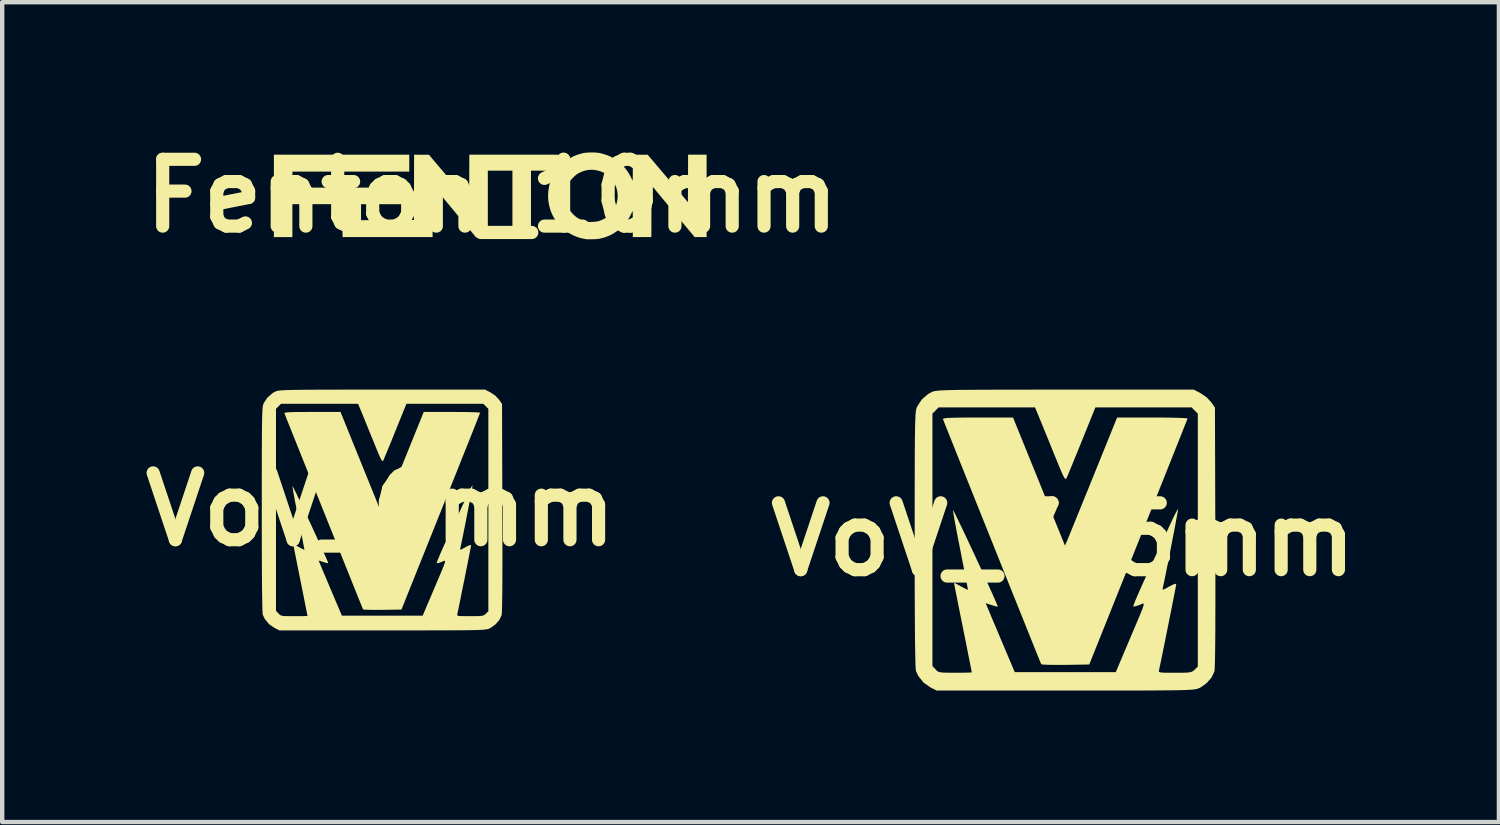
<source format=kicad_pcb>
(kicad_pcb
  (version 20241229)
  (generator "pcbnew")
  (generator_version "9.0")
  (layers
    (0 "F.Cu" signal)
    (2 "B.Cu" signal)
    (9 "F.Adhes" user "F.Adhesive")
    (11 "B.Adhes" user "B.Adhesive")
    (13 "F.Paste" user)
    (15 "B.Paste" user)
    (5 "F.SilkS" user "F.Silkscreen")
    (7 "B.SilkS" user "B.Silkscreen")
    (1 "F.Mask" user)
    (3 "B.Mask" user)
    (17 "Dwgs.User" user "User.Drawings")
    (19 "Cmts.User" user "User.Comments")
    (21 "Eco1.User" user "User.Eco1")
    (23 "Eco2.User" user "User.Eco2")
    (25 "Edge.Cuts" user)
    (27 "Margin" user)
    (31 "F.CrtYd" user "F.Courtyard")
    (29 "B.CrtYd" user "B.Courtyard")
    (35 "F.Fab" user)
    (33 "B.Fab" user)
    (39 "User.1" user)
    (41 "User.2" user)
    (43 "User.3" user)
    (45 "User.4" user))
  (footprint "VoV_7_5mm"
    (layer "F.Cu")
    (at 21.201 9.254)
    (property "Reference" "VoV_7_5mm" (at 0 0 0) (layer "F.SilkS") (effects (font (size 1.524 1.524) (thickness 0.3))))
    (attr board_only exclude_from_pos_files exclude_from_bom)
    (fp_poly (pts (xy 2.243 -2.78) (xy 2.431 -2.778) (xy 2.592 -2.774) (xy 2.718 -2.77) (xy 2.801 -2.765) (xy 2.835 -2.759) (xy 2.836 -2.759) (xy 2.825 -2.729) (xy 2.794 -2.65) (xy 2.744 -2.524) (xy 2.677 -2.354) (xy 2.594 -2.146) (xy 2.496 -1.901) (xy 2.386 -1.624) (xy 2.264 -1.318) (xy 2.132 -0.987) (xy 1.991 -0.635) (xy 1.842 -0.264) (xy 1.713 0.058) (xy 0.594 2.853) (xy 0.053 2.861) (xy -0.118 2.862) (xy -0.268 2.861) (xy -0.389 2.858) (xy -0.47 2.853) (xy -0.502 2.846) (xy -0.502 2.846) (xy -0.514 2.818) (xy -0.545 2.74) (xy -0.595 2.618) (xy -0.661 2.454) (xy -0.741 2.254) (xy -0.835 2.021) (xy -0.939 1.761) (xy -1.053 1.477) (xy -1.175 1.174) (xy -1.303 0.855) (xy -1.435 0.526) (xy -1.569 0.191) (xy -1.704 -0.147) (xy -1.839 -0.482) (xy -1.971 -0.811) (xy -2.098 -1.129) (xy -2.219 -1.432) (xy -2.333 -1.716) (xy -2.437 -1.976) (xy -2.529 -2.207) (xy -2.609 -2.407) (xy -2.674 -2.57) (xy -2.722 -2.692) (xy -2.743 -2.744) (xy -2.736 -2.755) (xy -2.701 -2.764) (xy -2.633 -2.771) (xy -2.527 -2.775) (xy -2.379 -2.778) (xy -2.182 -2.78) (xy -1.951 -2.78) (xy -1.144 -2.78) (xy 0.04 0.141) (xy 0.087 0.034) (xy 0.106 -0.013) (xy 0.146 -0.109) (xy 0.202 -0.247) (xy 0.273 -0.422) (xy 0.357 -0.628) (xy 0.451 -0.86) (xy 0.554 -1.112) (xy 0.661 -1.378) (xy 0.681 -1.426) (xy 1.229 -2.78) (xy 2.034 -2.78)) (stroke (width 0) (type solid)) (fill yes) (layer "F.SilkS"))
    (fp_poly (pts (xy 3.131 -3.337) (xy 3.272 -3.241) (xy 3.374 -3.131) (xy 3.461 -3.007) (xy 3.47 -0.048) (xy 3.471 0.506) (xy 3.471 1.006) (xy 3.471 1.452) (xy 3.47 1.843) (xy 3.469 2.178) (xy 3.466 2.458) (xy 3.463 2.682) (xy 3.459 2.848) (xy 3.454 2.958) (xy 3.449 3.011) (xy 3.449 3.012) (xy 3.383 3.149) (xy 3.275 3.274) (xy 3.142 3.371) (xy 3.115 3.385) (xy 3.093 3.395) (xy 3.07 3.404) (xy 3.043 3.412) (xy 3.008 3.418) (xy 2.961 3.424) (xy 2.9 3.429) (xy 2.82 3.433) (xy 2.719 3.437) (xy 2.592 3.44) (xy 2.437 3.442) (xy 2.249 3.443) (xy 2.026 3.445) (xy 1.764 3.446) (xy 1.459 3.446) (xy 1.108 3.446) (xy 0.707 3.446) (xy 0.253 3.447) (xy 0.049 3.447) (xy -2.885 3.447) (xy -3.032 3.373) (xy -3.185 3.266) (xy -3.304 3.116) (xy -3.358 3.003) (xy -3.364 2.961) (xy -3.368 2.888) (xy -2.983 2.888) (xy -2.912 2.964) (xy -2.881 2.996) (xy -2.849 3.017) (xy -2.805 3.03) (xy -2.737 3.037) (xy -2.635 3.04) (xy -2.488 3.041) (xy -2.463 3.041) (xy -2.323 3.04) (xy -2.206 3.039) (xy -2.124 3.036) (xy -2.086 3.033) (xy -2.085 3.033) (xy -2.091 3.003) (xy -2.106 2.924) (xy -2.131 2.8) (xy -2.163 2.639) (xy -2.201 2.447) (xy -2.244 2.23) (xy -2.288 2.013) (xy -2.335 1.779) (xy -2.378 1.564) (xy -2.416 1.373) (xy -2.447 1.215) (xy -2.471 1.093) (xy -2.486 1.017) (xy -2.491 0.991) (xy -2.468 0.999) (xy -2.409 1.029) (xy -2.331 1.072) (xy -2.25 1.116) (xy -2.192 1.143) (xy -2.172 1.146) (xy -2.178 1.115) (xy -2.193 1.034) (xy -2.217 0.909) (xy -2.248 0.749) (xy -2.285 0.561) (xy -2.326 0.35) (xy -2.347 0.243) (xy -2.39 0.024) (xy -2.429 -0.177) (xy -2.462 -0.353) (xy -2.488 -0.496) (xy -2.506 -0.6) (xy -2.514 -0.658) (xy -2.514 -0.667) (xy -2.5 -0.647) (xy -2.465 -0.58) (xy -2.411 -0.47) (xy -2.34 -0.324) (xy -2.255 -0.146) (xy -2.159 0.058) (xy -2.054 0.283) (xy -1.993 0.414) (xy -1.884 0.65) (xy -1.784 0.869) (xy -1.695 1.066) (xy -1.618 1.235) (xy -1.558 1.371) (xy -1.516 1.469) (xy -1.494 1.522) (xy -1.492 1.531) (xy -1.523 1.529) (xy -1.59 1.511) (xy -1.635 1.497) (xy -1.711 1.472) (xy -1.759 1.458) (xy -1.767 1.457) (xy -1.756 1.484) (xy -1.725 1.558) (xy -1.677 1.671) (xy -1.616 1.819) (xy -1.542 1.992) (xy -1.46 2.186) (xy -1.436 2.245) (xy -1.105 3.027) (xy 1.199 3.027) (xy 1.512 2.288) (xy 1.612 2.051) (xy 1.692 1.863) (xy 1.753 1.718) (xy 1.796 1.611) (xy 1.823 1.537) (xy 1.836 1.491) (xy 1.835 1.467) (xy 1.822 1.462) (xy 1.799 1.468) (xy 1.768 1.482) (xy 1.741 1.494) (xy 1.664 1.52) (xy 1.609 1.532) (xy 1.599 1.531) (xy 1.604 1.503) (xy 1.631 1.429) (xy 1.678 1.316) (xy 1.741 1.171) (xy 1.818 0.999) (xy 1.905 0.807) (xy 1.938 0.737) (xy 2.039 0.519) (xy 2.141 0.301) (xy 2.238 0.092) (xy 2.326 -0.097) (xy 2.399 -0.255) (xy 2.453 -0.371) (xy 2.455 -0.375) (xy 2.513 -0.499) (xy 2.563 -0.599) (xy 2.6 -0.667) (xy 2.618 -0.693) (xy 2.619 -0.692) (xy 2.616 -0.663) (xy 2.603 -0.585) (xy 2.581 -0.467) (xy 2.554 -0.317) (xy 2.521 -0.143) (xy 2.484 0.046) (xy 2.446 0.243) (xy 2.408 0.438) (xy 2.371 0.625) (xy 2.337 0.793) (xy 2.308 0.936) (xy 2.284 1.045) (xy 2.273 1.097) (xy 2.266 1.133) (xy 2.274 1.146) (xy 2.309 1.134) (xy 2.38 1.096) (xy 2.417 1.075) (xy 2.51 1.027) (xy 2.565 1.011) (xy 2.578 1.021) (xy 2.572 1.055) (xy 2.557 1.138) (xy 2.533 1.261) (xy 2.502 1.417) (xy 2.467 1.597) (xy 2.427 1.794) (xy 2.386 1.999) (xy 2.345 2.205) (xy 2.305 2.403) (xy 2.268 2.585) (xy 2.236 2.743) (xy 2.209 2.869) (xy 2.191 2.955) (xy 2.186 2.976) (xy 2.182 3.002) (xy 2.188 3.021) (xy 2.215 3.032) (xy 2.271 3.038) (xy 2.366 3.041) (xy 2.506 3.041) (xy 2.549 3.041) (xy 2.705 3.041) (xy 2.813 3.038) (xy 2.885 3.031) (xy 2.933 3.018) (xy 2.968 2.998) (xy 2.999 2.97) (xy 3.07 2.899) (xy 3.07 -2.87) (xy 2.928 -3.012) (xy 0.734 -3.012) (xy 0.421 -2.237) (xy 0.34 -2.036) (xy 0.263 -1.849) (xy 0.196 -1.684) (xy 0.14 -1.55) (xy 0.1 -1.453) (xy 0.077 -1.401) (xy 0.075 -1.397) (xy 0.062 -1.38) (xy 0.047 -1.382) (xy 0.026 -1.407) (xy -0.004 -1.462) (xy -0.045 -1.552) (xy -0.1 -1.683) (xy -0.172 -1.86) (xy -0.202 -1.933) (xy -0.28 -2.125) (xy -0.357 -2.315) (xy -0.429 -2.491) (xy -0.49 -2.641) (xy -0.536 -2.753) (xy -0.544 -2.773) (xy -0.643 -3.012) (xy -2.841 -3.012) (xy -2.983 -2.87) (xy -2.983 2.888) (xy -3.368 2.888) (xy -3.369 2.866) (xy -3.373 2.718) (xy -3.377 2.516) (xy -3.381 2.26) (xy -3.383 1.949) (xy -3.385 1.583) (xy -3.387 1.16) (xy -3.388 0.681) (xy -3.388 0.145) (xy -3.388 0.005) (xy -3.388 -0.471) (xy -3.388 -0.893) (xy -3.387 -1.264) (xy -3.386 -1.587) (xy -3.386 -1.866) (xy -3.384 -2.105) (xy -3.383 -2.306) (xy -3.38 -2.474) (xy -3.378 -2.611) (xy -3.374 -2.722) (xy -3.37 -2.809) (xy -3.366 -2.877) (xy -3.36 -2.928) (xy -3.354 -2.966) (xy -3.346 -2.995) (xy -3.338 -3.017) (xy -3.334 -3.027) (xy -3.228 -3.19) (xy -3.081 -3.317) (xy -2.998 -3.363) (xy -2.977 -3.372) (xy -2.951 -3.379) (xy -2.917 -3.386) (xy -2.873 -3.392) (xy -2.813 -3.397) (xy -2.735 -3.401) (xy -2.635 -3.405) (xy -2.51 -3.408) (xy -2.357 -3.411) (xy -2.171 -3.412) (xy -1.95 -3.414) (xy -1.69 -3.415) (xy -1.388 -3.416) (xy -1.039 -3.416) (xy -0.641 -3.417) (xy -0.191 -3.417) (xy 0.047 -3.417) (xy 2.977 -3.418)) (stroke (width 0) (type solid)) (fill yes) (layer "F.SilkS")))
  (footprint "Fenton_10mm"
    (layer "F.Cu")
    (at 8.172 1.418)
    (property "Reference" "Fenton_10mm" (at 0 0 0) (layer "F.SilkS") (effects (font (size 1.524 1.524) (thickness 0.3))))
    (attr board_only exclude_from_pos_files exclude_from_bom)
    (fp_poly (pts (xy -1.887 -0.554) (xy -4.553 -0.554) (xy -4.553 -0.189) (xy -3.518 -0.189) (xy -3.518 0.189) (xy -4.553 0.189) (xy -4.553 0.94) (xy -4.975 0.94) (xy -4.975 -0.94) (xy -1.887 -0.94)) (stroke (width 0) (type solid)) (fill yes) (layer "F.SilkS"))
    (fp_poly (pts (xy 2.325 -0.99) (xy 2.382 -0.987) (xy 2.43 -0.982) (xy 2.442 -0.98) (xy 2.497 -0.968) (xy 2.557 -0.951) (xy 2.617 -0.931) (xy 2.673 -0.909) (xy 2.707 -0.894) (xy 2.796 -0.842) (xy 2.882 -0.78) (xy 2.962 -0.71) (xy 3.035 -0.633) (xy 3.095 -0.554) (xy 3.098 -0.549) (xy 3.119 -0.517) (xy 3.137 -0.486) (xy 3.154 -0.455) (xy 3.172 -0.418) (xy 3.193 -0.373) (xy 3.203 -0.35) (xy 3.205 -0.349) (xy 3.207 -0.356) (xy 3.209 -0.373) (xy 3.21 -0.4) (xy 3.211 -0.439) (xy 3.211 -0.489) (xy 3.212 -0.553) (xy 3.212 -0.629) (xy 3.212 -0.636) (xy 3.212 -0.94) (xy 3.382 -0.939) (xy 3.551 -0.939) (xy 4.01 -0.398) (xy 4.469 0.144) (xy 4.471 -0.398) (xy 4.473 -0.94) (xy 4.895 -0.94) (xy 4.895 0.94) (xy 4.758 0.939) (xy 4.622 0.939) (xy 4.13 0.349) (xy 3.638 -0.242) (xy 3.635 0.94) (xy 3.212 0.94) (xy 3.212 0.636) (xy 3.212 0.558) (xy 3.211 0.494) (xy 3.211 0.442) (xy 3.21 0.403) (xy 3.209 0.375) (xy 3.207 0.357) (xy 3.206 0.349) (xy 3.203 0.349) (xy 3.203 0.35) (xy 3.166 0.428) (xy 3.131 0.496) (xy 3.094 0.555) (xy 3.053 0.61) (xy 3.008 0.663) (xy 2.972 0.7) (xy 2.882 0.781) (xy 2.784 0.849) (xy 2.679 0.905) (xy 2.569 0.948) (xy 2.452 0.977) (xy 2.437 0.979) (xy 2.41 0.983) (xy 2.373 0.986) (xy 2.33 0.988) (xy 2.284 0.99) (xy 2.239 0.99) (xy 2.198 0.99) (xy 2.164 0.989) (xy 2.141 0.986) (xy 2.138 0.986) (xy 2.124 0.983) (xy 2.1 0.978) (xy 2.072 0.973) (xy 2.065 0.972) (xy 1.962 0.945) (xy 1.861 0.904) (xy 1.763 0.852) (xy 1.67 0.789) (xy 1.584 0.716) (xy 1.507 0.634) (xy 1.441 0.546) (xy 1.383 0.445) (xy 1.337 0.338) (xy 1.305 0.226) (xy 1.285 0.111) (xy 1.279 0) (xy 1.679 0) (xy 1.681 0.066) (xy 1.688 0.123) (xy 1.701 0.175) (xy 1.721 0.227) (xy 1.743 0.272) (xy 1.793 0.353) (xy 1.853 0.423) (xy 1.922 0.483) (xy 1.999 0.531) (xy 2.085 0.567) (xy 2.177 0.59) (xy 2.189 0.593) (xy 2.22 0.595) (xy 2.261 0.595) (xy 2.307 0.593) (xy 2.353 0.589) (xy 2.395 0.583) (xy 2.429 0.577) (xy 2.432 0.576) (xy 2.515 0.545) (xy 2.593 0.502) (xy 2.663 0.448) (xy 2.726 0.385) (xy 2.778 0.314) (xy 2.819 0.237) (xy 2.837 0.187) (xy 2.847 0.152) (xy 2.856 0.111) (xy 2.863 0.07) (xy 2.864 0.062) (xy 2.867 -0.025) (xy 2.857 -0.111) (xy 2.834 -0.195) (xy 2.799 -0.275) (xy 2.753 -0.35) (xy 2.696 -0.417) (xy 2.63 -0.476) (xy 2.556 -0.525) (xy 2.537 -0.534) (xy 2.48 -0.558) (xy 2.414 -0.577) (xy 2.346 -0.59) (xy 2.298 -0.595) (xy 2.216 -0.594) (xy 2.137 -0.581) (xy 2.059 -0.556) (xy 2.003 -0.531) (xy 1.97 -0.513) (xy 1.943 -0.498) (xy 1.919 -0.48) (xy 1.894 -0.459) (xy 1.865 -0.431) (xy 1.853 -0.419) (xy 1.822 -0.388) (xy 1.799 -0.362) (xy 1.782 -0.339) (xy 1.766 -0.315) (xy 1.751 -0.286) (xy 1.743 -0.27) (xy 1.718 -0.218) (xy 1.701 -0.173) (xy 1.69 -0.131) (xy 1.683 -0.087) (xy 1.68 -0.037) (xy 1.679 0) (xy 1.279 0) (xy 1.279 -0.005) (xy 1.286 -0.122) (xy 1.306 -0.237) (xy 1.33 -0.319) (xy 1.346 -0.362) (xy 1.367 -0.411) (xy 1.391 -0.459) (xy 1.414 -0.502) (xy 1.434 -0.534) (xy 1.447 -0.553) (xy 1.455 -0.567) (xy 1.457 -0.571) (xy 1.45 -0.572) (xy 1.43 -0.573) (xy 1.398 -0.574) (xy 1.357 -0.574) (xy 1.307 -0.575) (xy 1.251 -0.575) (xy 1.189 -0.575) (xy 1.173 -0.575) (xy 0.889 -0.575) (xy 0.889 0.94) (xy 0.466 0.94) (xy 0.466 -0.575) (xy -0.095 -0.575) (xy -0.095 0.94) (xy -0.231 0.939) (xy -0.368 0.939) (xy -0.86 0.349) (xy -1.351 -0.242) (xy -1.355 0.94) (xy -3.409 0.94) (xy -3.409 -0.189) (xy -1.908 -0.189) (xy -1.908 0.189) (xy -2.987 0.189) (xy -2.987 0.554) (xy -2.384 0.552) (xy -1.781 0.55) (xy -1.779 -0.195) (xy -1.777 -0.94) (xy -1.608 -0.939) (xy -1.439 -0.939) (xy -0.98 -0.397) (xy -0.521 0.146) (xy -0.519 -0.397) (xy -0.517 -0.94) (xy 1.516 -0.94) (xy 1.514 -0.794) (xy 1.513 -0.75) (xy 1.513 -0.711) (xy 1.512 -0.68) (xy 1.512 -0.658) (xy 1.512 -0.649) (xy 1.512 -0.648) (xy 1.518 -0.653) (xy 1.531 -0.666) (xy 1.55 -0.685) (xy 1.567 -0.702) (xy 1.653 -0.778) (xy 1.749 -0.844) (xy 1.852 -0.9) (xy 1.96 -0.943) (xy 2.071 -0.974) (xy 2.102 -0.98) (xy 2.148 -0.985) (xy 2.203 -0.989) (xy 2.263 -0.99)) (stroke (width 0) (type solid)) (fill yes) (layer "F.SilkS")))
  (footprint "VoV_6mm"
    (layer "F.Cu")
    (at 5.632 8.571)
    (property "Reference" "VoV_6mm" (at 0 0 0) (layer "F.SilkS") (effects (font (size 1.524 1.524) (thickness 0.3))))
    (attr board_only exclude_from_pos_files exclude_from_bom)
    (fp_poly (pts (xy 1.795 -2.224) (xy 1.945 -2.223) (xy 2.074 -2.22) (xy 2.175 -2.217) (xy 2.242 -2.212) (xy 2.269 -2.208) (xy 2.269 -2.207) (xy 2.26 -2.184) (xy 2.235 -2.12) (xy 2.196 -2.019) (xy 2.142 -1.884) (xy 2.076 -1.717) (xy 1.998 -1.521) (xy 1.909 -1.3) (xy 1.812 -1.055) (xy 1.706 -0.79) (xy 1.593 -0.508) (xy 1.474 -0.211) (xy 1.371 0.046) (xy 0.475 2.283) (xy 0.042 2.289) (xy -0.095 2.29) (xy -0.215 2.289) (xy -0.311 2.287) (xy -0.376 2.283) (xy -0.402 2.278) (xy -0.402 2.277) (xy -0.411 2.255) (xy -0.436 2.193) (xy -0.476 2.095) (xy -0.529 1.964) (xy -0.593 1.803) (xy -0.668 1.617) (xy -0.751 1.409) (xy -0.843 1.182) (xy -0.94 0.939) (xy -1.042 0.684) (xy -1.148 0.421) (xy -1.256 0.153) (xy -1.364 -0.118) (xy -1.471 -0.386) (xy -1.577 -0.649) (xy -1.679 -0.904) (xy -1.776 -1.146) (xy -1.867 -1.373) (xy -1.95 -1.581) (xy -2.024 -1.766) (xy -2.088 -1.926) (xy -2.14 -2.056) (xy -2.178 -2.154) (xy -2.195 -2.196) (xy -2.189 -2.205) (xy -2.161 -2.212) (xy -2.107 -2.217) (xy -2.022 -2.221) (xy -1.903 -2.223) (xy -1.746 -2.224) (xy -1.561 -2.225) (xy -0.915 -2.225) (xy -0.442 -1.056) (xy 0.032 0.113) (xy 0.069 0.027) (xy 0.085 -0.011) (xy 0.117 -0.087) (xy 0.162 -0.197) (xy 0.219 -0.337) (xy 0.286 -0.502) (xy 0.361 -0.688) (xy 0.443 -0.889) (xy 0.529 -1.103) (xy 0.545 -1.141) (xy 0.983 -2.225) (xy 1.627 -2.225)) (stroke (width 0) (type solid)) (fill yes) (layer "F.SilkS"))
    (fp_poly (pts (xy 2.506 -2.67) (xy 2.618 -2.594) (xy 2.7 -2.506) (xy 2.769 -2.406) (xy 2.776 -0.039) (xy 2.777 0.405) (xy 2.778 0.805) (xy 2.778 1.162) (xy 2.777 1.475) (xy 2.776 1.743) (xy 2.774 1.967) (xy 2.771 2.146) (xy 2.768 2.279) (xy 2.764 2.367) (xy 2.76 2.409) (xy 2.76 2.41) (xy 2.707 2.52) (xy 2.621 2.62) (xy 2.514 2.697) (xy 2.492 2.709) (xy 2.475 2.717) (xy 2.457 2.724) (xy 2.435 2.73) (xy 2.407 2.735) (xy 2.369 2.74) (xy 2.32 2.744) (xy 2.257 2.747) (xy 2.176 2.75) (xy 2.074 2.752) (xy 1.95 2.754) (xy 1.8 2.755) (xy 1.621 2.756) (xy 1.411 2.757) (xy 1.167 2.757) (xy 0.886 2.758) (xy 0.566 2.758) (xy 0.203 2.758) (xy 0.04 2.758) (xy -2.308 2.758) (xy -2.426 2.699) (xy -2.548 2.613) (xy -2.644 2.494) (xy -2.687 2.403) (xy -2.692 2.369) (xy -2.695 2.311) (xy -2.387 2.311) (xy -2.33 2.372) (xy -2.305 2.397) (xy -2.28 2.414) (xy -2.244 2.425) (xy -2.19 2.431) (xy -2.109 2.433) (xy -1.991 2.433) (xy -1.971 2.433) (xy -1.859 2.433) (xy -1.765 2.432) (xy -1.699 2.43) (xy -1.67 2.427) (xy -1.669 2.427) (xy -1.673 2.403) (xy -1.685 2.339) (xy -1.705 2.241) (xy -1.731 2.112) (xy -1.761 1.958) (xy -1.796 1.785) (xy -1.831 1.611) (xy -1.868 1.424) (xy -1.903 1.251) (xy -1.933 1.099) (xy -1.958 0.972) (xy -1.977 0.875) (xy -1.989 0.814) (xy -1.993 0.793) (xy -1.975 0.799) (xy -1.927 0.823) (xy -1.866 0.857) (xy -1.8 0.893) (xy -1.754 0.914) (xy -1.738 0.917) (xy -1.742 0.892) (xy -1.755 0.827) (xy -1.774 0.728) (xy -1.799 0.6) (xy -1.828 0.449) (xy -1.862 0.28) (xy -1.878 0.195) (xy -1.913 0.019) (xy -1.944 -0.141) (xy -1.97 -0.282) (xy -1.991 -0.397) (xy -2.005 -0.48) (xy -2.011 -0.527) (xy -2.012 -0.534) (xy -2.001 -0.518) (xy -1.973 -0.464) (xy -1.929 -0.376) (xy -1.873 -0.259) (xy -1.805 -0.117) (xy -1.728 0.046) (xy -1.644 0.226) (xy -1.595 0.331) (xy -1.508 0.52) (xy -1.428 0.695) (xy -1.356 0.853) (xy -1.295 0.988) (xy -1.247 1.097) (xy -1.213 1.175) (xy -1.196 1.218) (xy -1.194 1.225) (xy -1.219 1.223) (xy -1.273 1.209) (xy -1.308 1.198) (xy -1.369 1.178) (xy -1.407 1.167) (xy -1.414 1.166) (xy -1.405 1.188) (xy -1.38 1.247) (xy -1.342 1.337) (xy -1.293 1.455) (xy -1.234 1.594) (xy -1.169 1.749) (xy -1.149 1.796) (xy -0.884 2.422) (xy 0.959 2.422) (xy 1.21 1.831) (xy 1.29 1.641) (xy 1.354 1.491) (xy 1.403 1.375) (xy 1.437 1.289) (xy 1.459 1.23) (xy 1.469 1.193) (xy 1.468 1.174) (xy 1.458 1.17) (xy 1.44 1.175) (xy 1.415 1.186) (xy 1.393 1.195) (xy 1.331 1.217) (xy 1.287 1.225) (xy 1.279 1.225) (xy 1.283 1.203) (xy 1.305 1.144) (xy 1.343 1.053) (xy 1.393 0.937) (xy 1.454 0.799) (xy 1.525 0.646) (xy 1.551 0.59) (xy 1.632 0.416) (xy 1.713 0.241) (xy 1.791 0.073) (xy 1.861 -0.078) (xy 1.92 -0.204) (xy 1.963 -0.297) (xy 1.964 -0.3) (xy 2.011 -0.399) (xy 2.051 -0.479) (xy 2.08 -0.534) (xy 2.095 -0.554) (xy 2.096 -0.554) (xy 2.093 -0.531) (xy 2.083 -0.468) (xy 2.066 -0.374) (xy 2.043 -0.254) (xy 2.017 -0.115) (xy 1.988 0.037) (xy 1.957 0.194) (xy 1.927 0.351) (xy 1.897 0.5) (xy 1.87 0.635) (xy 1.846 0.749) (xy 1.828 0.836) (xy 1.819 0.878) (xy 1.813 0.907) (xy 1.82 0.917) (xy 1.848 0.907) (xy 1.905 0.877) (xy 1.934 0.86) (xy 2.009 0.822) (xy 2.052 0.809) (xy 2.063 0.817) (xy 2.058 0.844) (xy 2.046 0.91) (xy 2.027 1.009) (xy 2.002 1.134) (xy 1.974 1.278) (xy 1.942 1.436) (xy 1.91 1.6) (xy 1.876 1.764) (xy 1.844 1.923) (xy 1.815 2.068) (xy 1.789 2.195) (xy 1.768 2.296) (xy 1.753 2.365) (xy 1.749 2.381) (xy 1.746 2.402) (xy 1.751 2.417) (xy 1.773 2.426) (xy 1.818 2.431) (xy 1.893 2.433) (xy 2.006 2.433) (xy 2.04 2.433) (xy 2.164 2.433) (xy 2.251 2.431) (xy 2.309 2.425) (xy 2.347 2.415) (xy 2.375 2.399) (xy 2.4 2.377) (xy 2.457 2.32) (xy 2.457 -2.296) (xy 2.343 -2.41) (xy 0.588 -2.41) (xy 0.337 -1.79) (xy 0.272 -1.629) (xy 0.211 -1.479) (xy 0.157 -1.348) (xy 0.112 -1.24) (xy 0.08 -1.163) (xy 0.062 -1.121) (xy 0.06 -1.118) (xy 0.05 -1.105) (xy 0.038 -1.106) (xy 0.021 -1.126) (xy -0.003 -1.17) (xy -0.036 -1.242) (xy -0.08 -1.347) (xy -0.138 -1.489) (xy -0.161 -1.547) (xy -0.224 -1.7) (xy -0.286 -1.853) (xy -0.343 -1.994) (xy -0.392 -2.114) (xy -0.429 -2.203) (xy -0.435 -2.219) (xy -0.514 -2.41) (xy -2.273 -2.41) (xy -2.33 -2.353) (xy -2.387 -2.296) (xy -2.387 2.311) (xy -2.695 2.311) (xy -2.696 2.293) (xy -2.699 2.175) (xy -2.702 2.013) (xy -2.705 1.808) (xy -2.707 1.56) (xy -2.709 1.266) (xy -2.71 0.928) (xy -2.711 0.545) (xy -2.711 0.116) (xy -2.711 0.004) (xy -2.711 -0.377) (xy -2.711 -0.714) (xy -2.71 -1.011) (xy -2.71 -1.27) (xy -2.709 -1.493) (xy -2.708 -1.684) (xy -2.707 -1.845) (xy -2.705 -1.979) (xy -2.703 -2.089) (xy -2.7 -2.178) (xy -2.697 -2.248) (xy -2.693 -2.302) (xy -2.689 -2.343) (xy -2.684 -2.373) (xy -2.678 -2.396) (xy -2.671 -2.415) (xy -2.668 -2.422) (xy -2.583 -2.553) (xy -2.466 -2.654) (xy -2.399 -2.691) (xy -2.382 -2.698) (xy -2.361 -2.704) (xy -2.335 -2.71) (xy -2.299 -2.714) (xy -2.251 -2.718) (xy -2.188 -2.722) (xy -2.109 -2.725) (xy -2.009 -2.727) (xy -1.886 -2.729) (xy -1.737 -2.731) (xy -1.561 -2.732) (xy -1.352 -2.733) (xy -1.11 -2.733) (xy -0.831 -2.734) (xy -0.513 -2.734) (xy -0.153 -2.734) (xy 0.038 -2.734) (xy 2.382 -2.735)) (stroke (width 0) (type solid)) (fill yes) (layer "F.SilkS")))
  (gr_rect
    (start -3 -3)
    (end 31.139 15.7)
    (stroke (width 0.1) (type default))
    (fill no)
    (layer "Edge.Cuts")))
</source>
